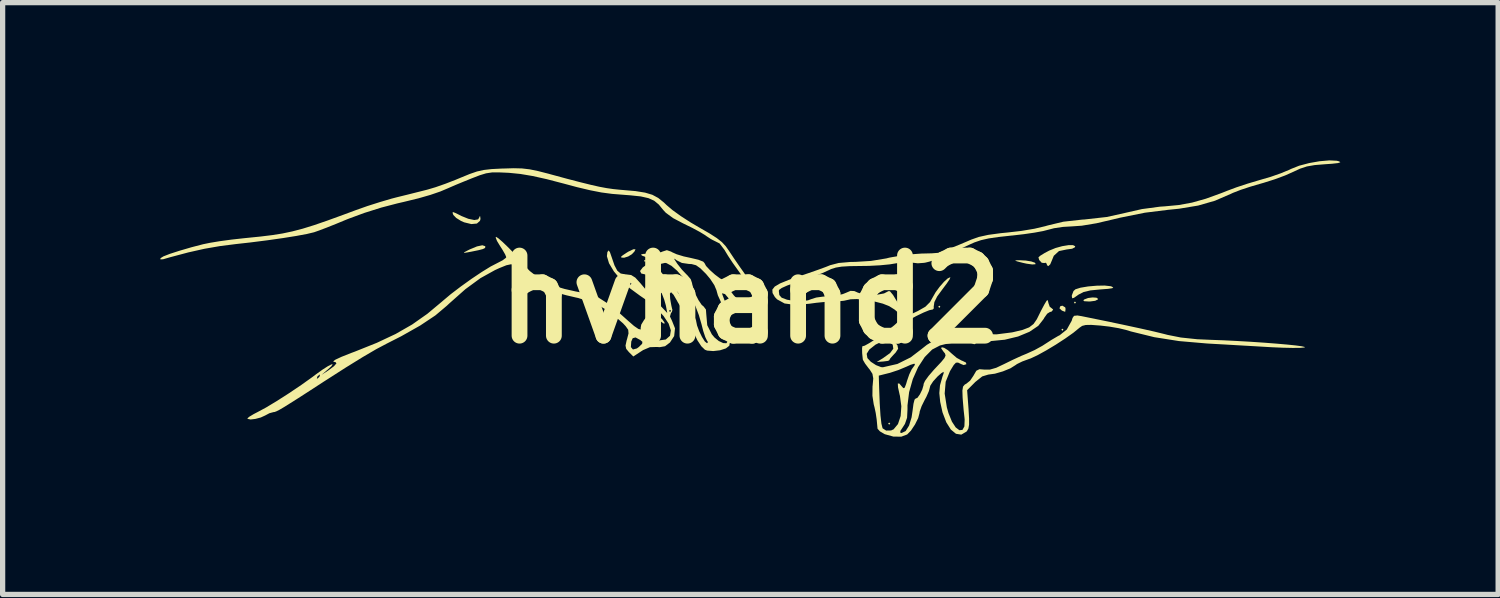
<source format=kicad_pcb>
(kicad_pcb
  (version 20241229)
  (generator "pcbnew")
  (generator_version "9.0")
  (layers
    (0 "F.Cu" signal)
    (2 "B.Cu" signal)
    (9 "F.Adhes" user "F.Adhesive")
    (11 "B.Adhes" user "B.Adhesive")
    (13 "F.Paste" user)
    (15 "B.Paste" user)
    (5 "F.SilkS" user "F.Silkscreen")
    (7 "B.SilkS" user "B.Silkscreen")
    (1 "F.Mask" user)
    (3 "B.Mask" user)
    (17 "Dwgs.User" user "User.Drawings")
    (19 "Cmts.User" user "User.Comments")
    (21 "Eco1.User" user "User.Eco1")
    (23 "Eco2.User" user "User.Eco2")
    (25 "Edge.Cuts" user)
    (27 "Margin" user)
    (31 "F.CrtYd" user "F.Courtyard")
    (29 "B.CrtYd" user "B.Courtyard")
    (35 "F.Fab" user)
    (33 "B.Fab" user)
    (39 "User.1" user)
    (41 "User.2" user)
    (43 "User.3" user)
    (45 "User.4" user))
  (footprint "hvhand2"
    (layer "F.Cu")
    (at 11.22 2.644)
    (property "Reference" "hvhand2" (at 0 0 0) (layer "F.SilkS") (effects (font (size 1.524 1.524) (thickness 0.3))))
    (attr board_only exclude_from_pos_files exclude_from_bom)
    (fp_poly (pts (xy -1.984 -0.734) (xy -2.004 -0.714) (xy -2.024 -0.734) (xy -2.004 -0.754)) (stroke (width 0) (type solid)) (fill yes) (layer "F.SilkS"))
    (fp_poly (pts (xy 2.659 2.361) (xy 2.639 2.381) (xy 2.619 2.361) (xy 2.639 2.342)) (stroke (width 0) (type solid)) (fill yes) (layer "F.SilkS"))
    (fp_poly (pts (xy 3.612 0.139) (xy 3.592 0.159) (xy 3.572 0.139) (xy 3.592 0.119)) (stroke (width 0) (type solid)) (fill yes) (layer "F.SilkS"))
    (fp_poly (pts (xy 5.953 0.575) (xy 5.933 0.595) (xy 5.913 0.575) (xy 5.933 0.556)) (stroke (width 0) (type solid)) (fill yes) (layer "F.SilkS"))
    (fp_poly (pts (xy 6.191 0.06) (xy 6.171 0.079) (xy 6.152 0.06) (xy 6.171 0.04)) (stroke (width 0) (type solid)) (fill yes) (layer "F.SilkS"))
    (fp_poly (pts (xy 5.986 0.151) (xy 5.993 0.179) (xy 5.987 0.23) (xy 5.983 0.235) (xy 5.943 0.22) (xy 5.923 0.212) (xy 5.877 0.17) (xy 5.893 0.129) (xy 5.933 0.119)) (stroke (width 0) (type solid)) (fill yes) (layer "F.SilkS"))
    (fp_poly (pts (xy -2.185 -0.954) (xy -2.206 -0.91) (xy -2.255 -0.859) (xy -2.324 -0.817) (xy -2.401 -0.793) (xy -2.453 -0.796) (xy -2.461 -0.81) (xy -2.43 -0.838) (xy -2.353 -0.889) (xy -2.322 -0.908) (xy -2.226 -0.954)) (stroke (width 0) (type solid)) (fill yes) (layer "F.SilkS"))
    (fp_poly (pts (xy 6.58 -0.033) (xy 6.611 -0.011) (xy 6.608 0) (xy 6.556 0.026) (xy 6.458 0.039) (xy 6.437 0.039) (xy 6.348 0.034) (xy 6.33 0.016) (xy 6.35 0) (xy 6.421 -0.027) (xy 6.507 -0.038)) (stroke (width 0) (type solid)) (fill yes) (layer "F.SilkS"))
    (fp_poly (pts (xy 5.238 -0.739) (xy 5.342 -0.722) (xy 5.41 -0.698) (xy 5.424 -0.674) (xy 5.417 -0.669) (xy 5.359 -0.665) (xy 5.252 -0.68) (xy 5.179 -0.696) (xy 5.07 -0.724) (xy 5.032 -0.739) (xy 5.062 -0.744) (xy 5.12 -0.745)) (stroke (width 0) (type solid)) (fill yes) (layer "F.SilkS"))
    (fp_poly (pts (xy -5.045 -1.013) (xy -5.04 -0.997) (xy -5.049 -0.977) (xy -5.087 -0.958) (xy -5.167 -0.937) (xy -5.304 -0.909) (xy -5.378 -0.895) (xy -5.442 -0.885) (xy -5.445 -0.895) (xy -5.382 -0.929) (xy -5.338 -0.951) (xy -5.2 -1.008) (xy -5.098 -1.03)) (stroke (width 0) (type solid)) (fill yes) (layer "F.SilkS"))
    (fp_poly (pts (xy -5.603 -1.641) (xy -5.497 -1.588) (xy -5.497 -1.587) (xy -5.363 -1.533) (xy -5.251 -1.51) (xy -5.178 -1.522) (xy -5.159 -1.554) (xy -5.146 -1.584) (xy -5.139 -1.58) (xy -5.133 -1.53) (xy -5.143 -1.494) (xy -5.201 -1.443) (xy -5.307 -1.433) (xy -5.443 -1.466) (xy -5.504 -1.493) (xy -5.595 -1.55) (xy -5.649 -1.606) (xy -5.651 -1.611) (xy -5.665 -1.65) (xy -5.654 -1.661)) (stroke (width 0) (type solid)) (fill yes) (layer "F.SilkS"))
    (fp_poly (pts (xy 6.846 -0.252) (xy 6.865 -0.247) (xy 6.9 -0.228) (xy 6.881 -0.213) (xy 6.799 -0.201) (xy 6.654 -0.19) (xy 6.467 -0.172) (xy 6.336 -0.141) (xy 6.24 -0.092) (xy 6.229 -0.084) (xy 6.152 -0.03) (xy 6.119 -0.022) (xy 6.112 -0.06) (xy 6.112 -0.077) (xy 6.144 -0.16) (xy 6.181 -0.193) (xy 6.277 -0.223) (xy 6.421 -0.247) (xy 6.584 -0.261) (xy 6.735 -0.264)) (stroke (width 0) (type solid)) (fill yes) (layer "F.SilkS"))
    (fp_poly (pts (xy 6.176 -1.012) (xy 6.171 -0.992) (xy 6.118 -0.964) (xy 6.024 -0.951) (xy 6.02 -0.951) (xy 5.868 -0.92) (xy 5.769 -0.83) (xy 5.733 -0.742) (xy 5.701 -0.667) (xy 5.664 -0.633) (xy 5.638 -0.653) (xy 5.636 -0.677) (xy 5.611 -0.699) (xy 5.591 -0.692) (xy 5.54 -0.697) (xy 5.492 -0.749) (xy 5.477 -0.8) (xy 5.51 -0.83) (xy 5.594 -0.882) (xy 5.683 -0.929) (xy 5.803 -0.978) (xy 5.93 -1.013) (xy 6.047 -1.032) (xy 6.135 -1.032)) (stroke (width 0) (type solid)) (fill yes) (layer "F.SilkS"))
    (fp_poly (pts (xy 11.152 -2.637) (xy 11.197 -2.625) (xy 11.218 -2.608) (xy 11.174 -2.593) (xy 11.059 -2.58) (xy 10.928 -2.571) (xy 10.731 -2.555) (xy 10.582 -2.529) (xy 10.451 -2.486) (xy 10.322 -2.426) (xy 10.169 -2.358) (xy 9.972 -2.285) (xy 9.767 -2.22) (xy 9.694 -2.199) (xy 9.506 -2.144) (xy 9.324 -2.084) (xy 9.177 -2.027) (xy 9.13 -2.005) (xy 8.834 -1.877) (xy 8.514 -1.785) (xy 8.151 -1.725) (xy 7.944 -1.704) (xy 7.5 -1.649) (xy 7.034 -1.555) (xy 6.917 -1.527) (xy 6.579 -1.448) (xy 6.301 -1.402) (xy 6.112 -1.389) (xy 5.942 -1.379) (xy 5.774 -1.354) (xy 5.67 -1.327) (xy 5.565 -1.3) (xy 5.401 -1.27) (xy 5.201 -1.241) (xy 4.986 -1.216) (xy 4.961 -1.214) (xy 4.716 -1.187) (xy 4.53 -1.16) (xy 4.385 -1.127) (xy 4.259 -1.084) (xy 4.187 -1.052) (xy 3.934 -0.936) (xy 3.741 -0.849) (xy 3.596 -0.787) (xy 3.486 -0.745) (xy 3.4 -0.718) (xy 3.327 -0.7) (xy 3.303 -0.696) (xy 3.184 -0.687) (xy 3.09 -0.698) (xy 3.074 -0.705) (xy 2.985 -0.719) (xy 2.835 -0.7) (xy 2.784 -0.689) (xy 2.65 -0.667) (xy 2.464 -0.649) (xy 2.254 -0.638) (xy 2.102 -0.636) (xy 1.889 -0.633) (xy 1.736 -0.624) (xy 1.625 -0.606) (xy 1.536 -0.578) (xy 1.487 -0.555) (xy 1.359 -0.497) (xy 1.198 -0.435) (xy 1.091 -0.399) (xy 0.86 -0.323) (xy 0.698 -0.264) (xy 0.596 -0.218) (xy 0.547 -0.183) (xy 0.54 -0.162) (xy 0.549 -0.089) (xy 0.55 -0.083) (xy 0.594 -0.033) (xy 0.695 0.005) (xy 0.827 0.028) (xy 0.969 0.033) (xy 1.096 0.017) (xy 1.163 -0.008) (xy 1.252 -0.036) (xy 1.384 -0.054) (xy 1.468 -0.058) (xy 1.618 -0.071) (xy 1.755 -0.101) (xy 1.81 -0.123) (xy 1.904 -0.163) (xy 1.977 -0.159) (xy 2.044 -0.129) (xy 2.146 -0.098) (xy 2.281 -0.087) (xy 2.421 -0.092) (xy 2.541 -0.114) (xy 2.613 -0.151) (xy 2.618 -0.157) (xy 2.652 -0.157) (xy 2.712 -0.085) (xy 2.797 0.055) (xy 2.869 0.18) (xy 2.927 0.273) (xy 2.96 0.316) (xy 2.963 0.318) (xy 3.006 0.302) (xy 3.098 0.261) (xy 3.187 0.219) (xy 3.327 0.139) (xy 3.416 0.05) (xy 3.467 -0.041) (xy 3.522 -0.137) (xy 3.598 -0.24) (xy 3.68 -0.334) (xy 3.752 -0.4) (xy 3.797 -0.421) (xy 3.802 -0.418) (xy 3.787 -0.382) (xy 3.733 -0.302) (xy 3.655 -0.198) (xy 3.551 -0.056) (xy 3.498 0.051) (xy 3.485 0.141) (xy 3.488 0.169) (xy 3.466 0.193) (xy 3.463 0.192) (xy 3.401 0.205) (xy 3.291 0.25) (xy 3.154 0.316) (xy 3.01 0.394) (xy 2.878 0.472) (xy 2.779 0.54) (xy 2.753 0.562) (xy 2.629 0.681) (xy 2.723 0.783) (xy 2.796 0.872) (xy 2.809 0.938) (xy 2.762 1.01) (xy 2.723 1.051) (xy 2.662 1.118) (xy 2.639 1.157) (xy 2.64 1.158) (xy 2.614 1.169) (xy 2.536 1.179) (xy 2.528 1.18) (xy 2.403 1.189) (xy 2.521 1.117) (xy 2.656 1.02) (xy 2.717 0.937) (xy 2.707 0.865) (xy 2.699 0.853) (xy 2.608 0.801) (xy 2.487 0.808) (xy 2.38 0.859) (xy 2.261 0.953) (xy 2.211 1.034) (xy 2.224 1.113) (xy 2.225 1.116) (xy 2.289 1.185) (xy 2.387 1.249) (xy 2.484 1.287) (xy 2.52 1.29) (xy 2.795 1.227) (xy 3.047 1.102) (xy 3.25 0.947) (xy 3.356 0.863) (xy 3.448 0.808) (xy 3.492 0.794) (xy 3.564 0.781) (xy 3.682 0.749) (xy 3.792 0.714) (xy 3.932 0.672) (xy 4.062 0.652) (xy 4.214 0.65) (xy 4.364 0.658) (xy 4.682 0.664) (xy 4.973 0.627) (xy 4.993 0.623) (xy 5.177 0.579) (xy 5.301 0.531) (xy 5.384 0.467) (xy 5.446 0.377) (xy 5.466 0.337) (xy 5.528 0.212) (xy 5.588 0.099) (xy 5.633 0.024) (xy 5.654 0.013) (xy 5.666 0.063) (xy 5.667 0.069) (xy 5.692 0.139) (xy 5.718 0.159) (xy 5.754 0.189) (xy 5.755 0.198) (xy 5.723 0.234) (xy 5.697 0.238) (xy 5.644 0.271) (xy 5.586 0.352) (xy 5.576 0.372) (xy 5.474 0.502) (xy 5.307 0.615) (xy 5.09 0.705) (xy 4.837 0.766) (xy 4.561 0.793) (xy 4.503 0.794) (xy 4.38 0.801) (xy 4.303 0.819) (xy 4.286 0.835) (xy 4.258 0.853) (xy 4.201 0.83) (xy 4.09 0.805) (xy 3.92 0.812) (xy 3.706 0.85) (xy 3.606 0.875) (xy 3.456 0.953) (xy 3.315 1.095) (xy 3.189 1.288) (xy 3.088 1.515) (xy 3.018 1.762) (xy 2.987 2.014) (xy 2.987 2.093) (xy 2.979 2.25) (xy 2.939 2.366) (xy 2.904 2.421) (xy 2.852 2.5) (xy 2.85 2.535) (xy 2.875 2.54) (xy 2.952 2.503) (xy 3.017 2.399) (xy 3.065 2.242) (xy 3.085 2.106) (xy 3.101 1.984) (xy 3.121 1.906) (xy 3.139 1.887) (xy 3.176 1.871) (xy 3.223 1.805) (xy 3.267 1.715) (xy 3.292 1.63) (xy 3.294 1.606) (xy 3.32 1.549) (xy 3.389 1.454) (xy 3.488 1.339) (xy 3.518 1.307) (xy 3.628 1.19) (xy 3.69 1.115) (xy 3.711 1.066) (xy 3.7 1.028) (xy 3.671 0.992) (xy 3.628 0.931) (xy 3.638 0.909) (xy 3.686 0.921) (xy 3.757 0.966) (xy 3.827 1.029) (xy 3.923 1.111) (xy 4.019 1.164) (xy 4.034 1.169) (xy 4.098 1.2) (xy 4.107 1.232) (xy 4.055 1.248) (xy 4.009 1.23) (xy 3.949 1.201) (xy 3.908 1.203) (xy 3.867 1.246) (xy 3.807 1.344) (xy 3.794 1.366) (xy 3.713 1.566) (xy 3.694 1.79) (xy 3.735 2.051) (xy 3.766 2.161) (xy 3.832 2.324) (xy 3.904 2.434) (xy 3.974 2.487) (xy 4.032 2.481) (xy 4.069 2.415) (xy 4.074 2.284) (xy 4.07 2.242) (xy 4.055 2.107) (xy 4.041 1.942) (xy 4.035 1.862) (xy 4.031 1.732) (xy 4.043 1.658) (xy 4.077 1.618) (xy 4.104 1.604) (xy 4.178 1.544) (xy 4.243 1.448) (xy 4.247 1.44) (xy 4.296 1.356) (xy 4.355 1.327) (xy 4.445 1.334) (xy 4.552 1.335) (xy 4.674 1.3) (xy 4.822 1.23) (xy 4.983 1.151) (xy 5.15 1.074) (xy 5.254 1.031) (xy 5.404 0.963) (xy 5.553 0.881) (xy 5.599 0.851) (xy 5.726 0.769) (xy 5.852 0.695) (xy 5.881 0.681) (xy 6.016 0.573) (xy 6.109 0.406) (xy 6.126 0.352) (xy 6.154 0.312) (xy 6.218 0.305) (xy 6.297 0.318) (xy 6.71 0.402) (xy 7.083 0.48) (xy 7.407 0.55) (xy 7.674 0.61) (xy 7.875 0.659) (xy 7.932 0.674) (xy 8.184 0.724) (xy 8.497 0.757) (xy 8.746 0.768) (xy 8.992 0.777) (xy 9.25 0.79) (xy 9.511 0.805) (xy 9.763 0.822) (xy 9.997 0.84) (xy 10.203 0.858) (xy 10.369 0.875) (xy 10.486 0.891) (xy 10.544 0.905) (xy 10.536 0.914) (xy 10.453 0.921) (xy 10.309 0.922) (xy 10.123 0.918) (xy 9.914 0.909) (xy 9.861 0.906) (xy 9.608 0.891) (xy 9.31 0.874) (xy 9.002 0.856) (xy 8.717 0.84) (xy 8.672 0.837) (xy 8.151 0.792) (xy 7.681 0.718) (xy 7.237 0.609) (xy 7.138 0.579) (xy 7.004 0.547) (xy 6.828 0.517) (xy 6.648 0.496) (xy 6.642 0.496) (xy 6.48 0.484) (xy 6.376 0.486) (xy 6.309 0.503) (xy 6.258 0.538) (xy 6.251 0.544) (xy 6.141 0.634) (xy 5.987 0.743) (xy 5.809 0.859) (xy 5.626 0.969) (xy 5.459 1.061) (xy 5.329 1.122) (xy 5.294 1.134) (xy 5.169 1.18) (xy 5.069 1.229) (xy 5.041 1.249) (xy 4.944 1.31) (xy 4.802 1.368) (xy 4.65 1.412) (xy 4.524 1.429) (xy 4.408 1.464) (xy 4.273 1.572) (xy 4.268 1.578) (xy 4.121 1.726) (xy 4.148 2.087) (xy 4.158 2.265) (xy 4.158 2.382) (xy 4.145 2.455) (xy 4.118 2.503) (xy 4.108 2.514) (xy 4.01 2.571) (xy 3.909 2.555) (xy 3.812 2.475) (xy 3.725 2.337) (xy 3.653 2.148) (xy 3.609 1.949) (xy 3.592 1.781) (xy 3.605 1.633) (xy 3.652 1.467) (xy 3.673 1.409) (xy 3.675 1.376) (xy 3.633 1.4) (xy 3.558 1.466) (xy 3.474 1.559) (xy 3.421 1.64) (xy 3.413 1.671) (xy 3.394 1.743) (xy 3.346 1.852) (xy 3.314 1.911) (xy 3.256 2.028) (xy 3.22 2.129) (xy 3.215 2.163) (xy 3.19 2.257) (xy 3.13 2.378) (xy 3.053 2.494) (xy 2.981 2.568) (xy 2.869 2.61) (xy 2.718 2.608) (xy 2.556 2.563) (xy 2.55 2.56) (xy 2.463 2.509) (xy 2.418 2.459) (xy 2.417 2.453) (xy 2.401 2.284) (xy 2.383 2.161) (xy 2.36 2.052) (xy 2.345 1.995) (xy 2.32 1.832) (xy 2.322 1.654) (xy 2.325 1.629) (xy 2.336 1.502) (xy 2.326 1.449) (xy 2.441 1.449) (xy 2.448 1.687) (xy 2.459 1.977) (xy 2.473 2.204) (xy 2.491 2.362) (xy 2.512 2.446) (xy 2.515 2.452) (xy 2.581 2.494) (xy 2.674 2.492) (xy 2.723 2.47) (xy 2.806 2.37) (xy 2.857 2.217) (xy 2.87 2.031) (xy 2.843 1.831) (xy 2.839 1.818) (xy 2.807 1.673) (xy 2.803 1.6) (xy 2.83 1.598) (xy 2.874 1.649) (xy 2.909 1.688) (xy 2.934 1.678) (xy 2.961 1.607) (xy 2.979 1.546) (xy 3.021 1.425) (xy 3.067 1.329) (xy 3.083 1.307) (xy 3.129 1.242) (xy 3.117 1.221) (xy 3.044 1.244) (xy 2.967 1.279) (xy 2.816 1.342) (xy 2.653 1.396) (xy 2.62 1.404) (xy 2.441 1.449) (xy 2.326 1.449) (xy 2.321 1.416) (xy 2.27 1.336) (xy 2.247 1.308) (xy 2.18 1.219) (xy 2.14 1.15) (xy 2.137 1.138) (xy 2.125 1.024) (xy 2.123 0.933) (xy 2.129 0.89) (xy 2.133 0.89) (xy 2.174 0.879) (xy 2.26 0.831) (xy 2.376 0.757) (xy 2.505 0.668) (xy 2.631 0.575) (xy 2.737 0.49) (xy 2.768 0.462) (xy 2.845 0.386) (xy 2.87 0.338) (xy 2.851 0.294) (xy 2.827 0.266) (xy 2.742 0.193) (xy 2.639 0.128) (xy 2.518 0.08) (xy 2.358 0.039) (xy 2.185 0.009) (xy 2.026 -0.007) (xy 1.906 -0.003) (xy 1.874 0.004) (xy 1.778 0.025) (xy 1.645 0.038) (xy 1.583 0.04) (xy 1.433 0.046) (xy 1.252 0.064) (xy 1.119 0.082) (xy 0.854 0.104) (xy 0.65 0.077) (xy 0.506 -0.002) (xy 0.465 -0.046) (xy 0.421 -0.122) (xy 0.417 -0.187) (xy 0.463 -0.245) (xy 0.565 -0.305) (xy 0.73 -0.372) (xy 0.917 -0.437) (xy 1.11 -0.502) (xy 1.29 -0.565) (xy 1.435 -0.618) (xy 1.517 -0.651) (xy 1.678 -0.693) (xy 1.907 -0.713) (xy 1.997 -0.714) (xy 2.291 -0.732) (xy 2.584 -0.78) (xy 2.639 -0.794) (xy 2.943 -0.85) (xy 3.264 -0.873) (xy 3.292 -0.873) (xy 3.452 -0.877) (xy 3.582 -0.887) (xy 3.661 -0.9) (xy 3.673 -0.906) (xy 3.733 -0.942) (xy 3.832 -0.985) (xy 3.85 -0.992) (xy 3.968 -1.039) (xy 4.115 -1.101) (xy 4.198 -1.137) (xy 4.342 -1.188) (xy 4.524 -1.228) (xy 4.76 -1.26) (xy 4.892 -1.273) (xy 5.153 -1.303) (xy 5.399 -1.344) (xy 5.603 -1.392) (xy 5.655 -1.407) (xy 5.951 -1.478) (xy 6.31 -1.518) (xy 6.35 -1.52) (xy 6.778 -1.568) (xy 7.124 -1.645) (xy 7.445 -1.718) (xy 7.788 -1.764) (xy 7.878 -1.77) (xy 8.145 -1.795) (xy 8.397 -1.841) (xy 8.66 -1.915) (xy 8.958 -2.023) (xy 9.069 -2.067) (xy 9.243 -2.132) (xy 9.455 -2.202) (xy 9.663 -2.264) (xy 9.704 -2.276) (xy 9.896 -2.332) (xy 10.087 -2.399) (xy 10.245 -2.464) (xy 10.279 -2.481) (xy 10.435 -2.543) (xy 10.625 -2.593) (xy 10.824 -2.628) (xy 11.008 -2.644)) (stroke (width 0) (type solid)) (fill yes) (layer "F.SilkS"))
    (fp_poly (pts (xy -4.343 -2.491) (xy -4.198 -2.474) (xy -4.038 -2.441) (xy -3.834 -2.389) (xy -3.81 -2.382) (xy -3.493 -2.296) (xy -3.24 -2.23) (xy -3.038 -2.18) (xy -2.875 -2.143) (xy -2.736 -2.117) (xy -2.611 -2.099) (xy -2.486 -2.086) (xy -2.425 -2.081) (xy -2.184 -2.06) (xy -2.003 -2.031) (xy -1.865 -1.99) (xy -1.752 -1.929) (xy -1.644 -1.842) (xy -1.594 -1.794) (xy -1.482 -1.699) (xy -1.321 -1.583) (xy -1.135 -1.463) (xy -0.97 -1.366) (xy -0.777 -1.255) (xy -0.64 -1.167) (xy -0.542 -1.09) (xy -0.469 -1.011) (xy -0.411 -0.929) (xy -0.316 -0.786) (xy -0.204 -0.623) (xy -0.128 -0.516) (xy -0.012 -0.344) (xy 0.089 -0.173) (xy 0.167 -0.018) (xy 0.214 0.104) (xy 0.223 0.18) (xy 0.222 0.183) (xy 0.169 0.222) (xy 0.067 0.237) (xy -0.057 0.226) (xy -0.176 0.189) (xy -0.194 0.181) (xy -0.288 0.112) (xy -0.388 0.012) (xy -0.414 -0.02) (xy -0.494 -0.115) (xy -0.535 -0.142) (xy -0.536 -0.1) (xy -0.495 0.01) (xy -0.489 0.024) (xy -0.452 0.14) (xy -0.421 0.298) (xy -0.398 0.474) (xy -0.385 0.644) (xy -0.385 0.785) (xy -0.4 0.875) (xy -0.402 0.881) (xy -0.466 0.931) (xy -0.577 0.967) (xy -0.706 0.982) (xy -0.822 0.973) (xy -0.865 0.957) (xy -0.933 0.891) (xy -1.007 0.779) (xy -1.07 0.649) (xy -1.107 0.532) (xy -1.111 0.493) (xy -1.136 0.415) (xy -1.198 0.318) (xy -1.214 0.298) (xy -1.304 0.178) (xy -1.386 0.045) (xy -1.392 0.032) (xy -1.462 -0.089) (xy -1.509 -0.137) (xy -1.531 -0.112) (xy -1.526 -0.014) (xy -1.523 0.007) (xy -1.504 0.115) (xy -1.488 0.184) (xy -1.483 0.195) (xy -1.492 0.234) (xy -1.512 0.263) (xy -1.53 0.325) (xy -1.492 0.404) (xy -1.434 0.549) (xy -1.45 0.697) (xy -1.53 0.819) (xy -1.623 0.89) (xy -1.725 0.908) (xy -1.778 0.904) (xy -1.911 0.908) (xy -2.04 0.963) (xy -2.076 0.986) (xy -2.227 1.085) (xy -2.311 1.001) (xy -2.362 0.94) (xy -2.369 0.906) (xy -2.273 0.906) (xy -2.234 0.952) (xy -2.159 0.932) (xy -2.121 0.904) (xy -2.059 0.843) (xy -2.054 0.806) (xy -2.094 0.772) (xy -2.184 0.723) (xy -2.238 0.737) (xy -2.266 0.801) (xy -2.273 0.906) (xy -2.369 0.906) (xy -2.375 0.879) (xy -2.355 0.784) (xy -2.345 0.751) (xy -2.318 0.646) (xy -2.324 0.577) (xy -2.372 0.509) (xy -2.422 0.455) (xy -2.678 0.232) (xy -2.954 0.075) (xy -3.274 -0.027) (xy -3.324 -0.038) (xy -3.5 -0.079) (xy -3.664 -0.124) (xy -3.786 -0.167) (xy -3.813 -0.18) (xy -3.939 -0.251) (xy -4.085 -0.343) (xy -4.23 -0.442) (xy -4.353 -0.532) (xy -4.432 -0.6) (xy -4.442 -0.611) (xy -4.491 -0.655) (xy -4.551 -0.669) (xy -4.64 -0.65) (xy -4.774 -0.596) (xy -4.857 -0.558) (xy -5.133 -0.405) (xy -5.42 -0.195) (xy -5.729 0.079) (xy -5.775 0.122) (xy -5.991 0.304) (xy -6.279 0.496) (xy -6.64 0.7) (xy -6.915 0.84) (xy -7.114 0.945) (xy -7.372 1.096) (xy -7.691 1.293) (xy -8.072 1.537) (xy -8.116 1.565) (xy -8.385 1.74) (xy -8.596 1.876) (xy -8.756 1.977) (xy -8.873 2.05) (xy -8.955 2.098) (xy -9.01 2.126) (xy -9.046 2.14) (xy -9.07 2.143) (xy -9.147 2.164) (xy -9.228 2.207) (xy -9.311 2.245) (xy -9.413 2.272) (xy -9.504 2.283) (xy -9.559 2.272) (xy -9.565 2.262) (xy -9.532 2.232) (xy -9.449 2.182) (xy -9.376 2.144) (xy -9.212 2.056) (xy -9.005 1.931) (xy -8.775 1.784) (xy -8.542 1.627) (xy -8.372 1.506) (xy -8.245 1.506) (xy -8.24 1.508) (xy -8.204 1.48) (xy -8.195 1.468) (xy -8.185 1.431) (xy -8.191 1.429) (xy -8.227 1.457) (xy -8.235 1.468) (xy -8.245 1.506) (xy -8.372 1.506) (xy -8.326 1.473) (xy -8.265 1.427) (xy -8.136 1.334) (xy -8.034 1.269) (xy -7.967 1.235) (xy -7.943 1.234) (xy -7.97 1.272) (xy -8.037 1.333) (xy -8.156 1.435) (xy -8.028 1.351) (xy -7.919 1.27) (xy -7.872 1.216) (xy -7.891 1.191) (xy -7.903 1.191) (xy -7.936 1.179) (xy -7.893 1.146) (xy -7.775 1.091) (xy -7.583 1.015) (xy -7.521 0.992) (xy -7.104 0.825) (xy -6.747 0.657) (xy -6.433 0.477) (xy -6.143 0.273) (xy -5.858 0.035) (xy -5.854 0.031) (xy -5.698 -0.1) (xy -5.509 -0.244) (xy -5.307 -0.389) (xy -5.11 -0.521) (xy -4.938 -0.627) (xy -4.812 -0.692) (xy -4.712 -0.744) (xy -4.652 -0.789) (xy -4.643 -0.804) (xy -4.664 -0.856) (xy -4.717 -0.948) (xy -4.761 -1.016) (xy -4.819 -1.112) (xy -4.844 -1.176) (xy -4.838 -1.191) (xy -4.794 -1.163) (xy -4.712 -1.092) (xy -4.607 -0.991) (xy -4.493 -0.875) (xy -4.385 -0.759) (xy -4.298 -0.658) (xy -4.259 -0.605) (xy -4.194 -0.539) (xy -4.084 -0.454) (xy -3.966 -0.375) (xy -3.839 -0.306) (xy -3.701 -0.249) (xy -3.536 -0.2) (xy -3.325 -0.152) (xy -3.052 -0.102) (xy -3.048 -0.102) (xy -2.914 -0.051) (xy -2.737 0.062) (xy -2.519 0.234) (xy -2.332 0.401) (xy -2.214 0.504) (xy -2.129 0.562) (xy -2.086 0.572) (xy -2.087 0.54) (xy -2.076 0.479) (xy -2.022 0.39) (xy -1.99 0.351) (xy -1.872 0.218) (xy -1.762 0.3) (xy -1.681 0.372) (xy -1.635 0.436) (xy -1.634 0.439) (xy -1.637 0.466) (xy -1.686 0.433) (xy -1.698 0.423) (xy -1.8 0.369) (xy -1.893 0.378) (xy -1.957 0.436) (xy -1.974 0.529) (xy -1.948 0.608) (xy -1.853 0.725) (xy -1.734 0.779) (xy -1.609 0.762) (xy -1.608 0.761) (xy -1.529 0.691) (xy -1.513 0.588) (xy -1.555 0.46) (xy -1.652 0.315) (xy -1.797 0.161) (xy -1.987 0.006) (xy -2.097 -0.069) (xy -2.292 -0.212) (xy -2.383 -0.298) (xy -2.302 -0.298) (xy -2.282 -0.278) (xy -2.262 -0.298) (xy -2.282 -0.318) (xy -2.302 -0.298) (xy -2.383 -0.298) (xy -2.462 -0.372) (xy -2.597 -0.534) (xy -2.689 -0.688) (xy -2.729 -0.822) (xy -2.72 -0.901) (xy -2.697 -0.932) (xy -2.672 -0.9) (xy -2.642 -0.814) (xy -2.585 -0.648) (xy -2.531 -0.546) (xy -2.467 -0.493) (xy -2.382 -0.477) (xy -2.362 -0.476) (xy -2.268 -0.464) (xy -2.189 -0.415) (xy -2.097 -0.314) (xy -2.096 -0.313) (xy -1.996 -0.194) (xy -1.872 -0.053) (xy -1.773 0.054) (xy -1.581 0.258) (xy -1.589 0.218) (xy -1.548 0.218) (xy -1.528 0.238) (xy -1.508 0.218) (xy -1.528 0.198) (xy -1.548 0.218) (xy -1.589 0.218) (xy -1.607 0.119) (xy -1.639 0.005) (xy -1.695 -0.14) (xy -1.739 -0.238) (xy -1.805 -0.362) (xy -1.86 -0.43) (xy -1.923 -0.461) (xy -1.974 -0.469) (xy -2.075 -0.493) (xy -2.099 -0.54) (xy -2.046 -0.61) (xy -2.041 -0.613) (xy -1.737 -0.613) (xy -1.696 -0.517) (xy -1.589 -0.388) (xy -1.57 -0.369) (xy -1.459 -0.243) (xy -1.362 -0.109) (xy -1.314 -0.024) (xy -1.243 0.103) (xy -1.157 0.215) (xy -1.136 0.235) (xy -1.066 0.322) (xy -1.032 0.404) (xy -1.032 0.411) (xy -1.015 0.495) (xy -0.974 0.605) (xy -0.921 0.714) (xy -0.867 0.799) (xy -0.825 0.833) (xy -0.825 0.833) (xy -0.807 0.812) (xy -0.827 0.781) (xy -0.858 0.717) (xy -0.897 0.601) (xy -0.931 0.468) (xy -0.98 0.299) (xy -1.043 0.133) (xy -1.091 0.034) (xy -1.149 -0.085) (xy -1.185 -0.19) (xy -1.19 -0.226) (xy -1.219 -0.318) (xy -1.293 -0.431) (xy -1.393 -0.545) (xy -1.5 -0.638) (xy -1.595 -0.69) (xy -1.623 -0.695) (xy -1.713 -0.674) (xy -1.737 -0.613) (xy -2.041 -0.613) (xy -1.918 -0.701) (xy -1.905 -0.709) (xy -1.793 -0.777) (xy -1.446 -0.777) (xy -1.444 -0.76) (xy -1.397 -0.688) (xy -1.388 -0.675) (xy -1.303 -0.567) (xy -1.217 -0.477) (xy -1.202 -0.463) (xy -1.135 -0.385) (xy -1.111 -0.314) (xy -1.093 -0.222) (xy -1.047 -0.103) (xy -0.987 0.014) (xy -0.927 0.103) (xy -0.889 0.135) (xy -0.846 0.192) (xy -0.839 0.287) (xy -0.821 0.49) (xy -0.735 0.662) (xy -0.683 0.724) (xy -0.601 0.791) (xy -0.518 0.83) (xy -0.456 0.833) (xy -0.437 0.804) (xy -0.445 0.676) (xy -0.464 0.517) (xy -0.491 0.349) (xy -0.521 0.195) (xy -0.55 0.079) (xy -0.569 0.031) (xy -0.619 -0.078) (xy -0.647 -0.179) (xy -0.664 -0.218) (xy -0.595 -0.218) (xy -0.575 -0.198) (xy -0.556 -0.218) (xy -0.575 -0.238) (xy -0.595 -0.218) (xy -0.664 -0.218) (xy -0.686 -0.271) (xy -0.764 -0.389) (xy -0.845 -0.486) (xy -0.952 -0.592) (xy -1.034 -0.65) (xy -1.117 -0.672) (xy -1.172 -0.675) (xy -1.303 -0.694) (xy -1.403 -0.744) (xy -1.403 -0.744) (xy -1.446 -0.777) (xy -1.793 -0.777) (xy -1.766 -0.793) (xy -1.885 -0.794) (xy -1.992 -0.807) (xy -2.064 -0.834) (xy -2.079 -0.857) (xy -2.026 -0.867) (xy -1.944 -0.867) (xy -1.811 -0.874) (xy -1.699 -0.899) (xy -1.673 -0.91) (xy -1.589 -0.937) (xy -1.508 -0.909) (xy -1.49 -0.898) (xy -1.403 -0.859) (xy -1.268 -0.818) (xy -1.135 -0.789) (xy -0.99 -0.755) (xy -0.898 -0.719) (xy -0.873 -0.691) (xy -0.844 -0.637) (xy -0.77 -0.558) (xy -0.675 -0.473) (xy -0.579 -0.401) (xy -0.505 -0.36) (xy -0.489 -0.357) (xy -0.441 -0.333) (xy -0.437 -0.318) (xy -0.432 -0.258) (xy -0.408 -0.202) (xy -0.351 -0.123) (xy -0.314 -0.075) (xy -0.2 0.04) (xy -0.074 0.119) (xy 0.041 0.153) (xy 0.096 0.146) (xy 0.116 0.099) (xy 0.092 0.001) (xy 0.028 -0.139) (xy -0.071 -0.31) (xy -0.199 -0.503) (xy -0.237 -0.556) (xy -0.337 -0.696) (xy -0.425 -0.829) (xy -0.485 -0.928) (xy -0.49 -0.938) (xy -0.587 -1.065) (xy -0.711 -1.127) (xy -0.714 -1.128) (xy -0.756 -1.151) (xy -0.836 -1.204) (xy -0.861 -1.222) (xy -0.961 -1.283) (xy -1.104 -1.36) (xy -1.261 -1.437) (xy -1.278 -1.445) (xy -1.47 -1.546) (xy -1.609 -1.648) (xy -1.658 -1.701) (xy -1.742 -1.804) (xy -1.83 -1.877) (xy -1.939 -1.926) (xy -2.085 -1.959) (xy -2.285 -1.98) (xy -2.416 -1.99) (xy -2.63 -2.007) (xy -2.833 -2.034) (xy -3.048 -2.076) (xy -3.297 -2.135) (xy -3.547 -2.202) (xy -3.873 -2.287) (xy -4.143 -2.347) (xy -4.375 -2.386) (xy -4.585 -2.407) (xy -4.599 -2.408) (xy -4.782 -2.416) (xy -4.915 -2.415) (xy -5.027 -2.398) (xy -5.145 -2.362) (xy -5.298 -2.303) (xy -5.461 -2.237) (xy -5.609 -2.176) (xy -5.717 -2.129) (xy -5.735 -2.121) (xy -5.898 -2.052) (xy -6.085 -1.988) (xy -6.311 -1.923) (xy -6.594 -1.854) (xy -6.715 -1.826) (xy -7.018 -1.747) (xy -7.342 -1.645) (xy -7.64 -1.535) (xy -7.688 -1.516) (xy -7.879 -1.437) (xy -8.057 -1.366) (xy -8.202 -1.311) (xy -8.293 -1.279) (xy -8.295 -1.278) (xy -8.433 -1.245) (xy -8.637 -1.207) (xy -8.894 -1.166) (xy -9.19 -1.124) (xy -9.513 -1.083) (xy -9.783 -1.053) (xy -10.089 -1.014) (xy -10.383 -0.963) (xy -10.69 -0.894) (xy -11.036 -0.802) (xy -11.168 -0.764) (xy -11.22 -0.761) (xy -11.218 -0.784) (xy -11.164 -0.818) (xy -11.042 -0.866) (xy -10.859 -0.925) (xy -10.626 -0.993) (xy -10.407 -1.05) (xy -10.275 -1.077) (xy -10.087 -1.108) (xy -9.865 -1.138) (xy -9.631 -1.164) (xy -9.572 -1.17) (xy -9.315 -1.196) (xy -9.095 -1.223) (xy -8.898 -1.254) (xy -8.71 -1.294) (xy -8.515 -1.345) (xy -8.299 -1.412) (xy -8.049 -1.498) (xy -7.749 -1.607) (xy -7.501 -1.699) (xy -7.283 -1.776) (xy -7.044 -1.852) (xy -6.823 -1.917) (xy -6.727 -1.942) (xy -6.532 -1.99) (xy -6.333 -2.04) (xy -6.166 -2.082) (xy -6.132 -2.091) (xy -5.988 -2.134) (xy -5.802 -2.199) (xy -5.606 -2.275) (xy -5.517 -2.312) (xy -5.339 -2.385) (xy -5.2 -2.433) (xy -5.069 -2.462) (xy -4.919 -2.479) (xy -4.721 -2.489) (xy -4.703 -2.489) (xy -4.502 -2.495)) (stroke (width 0) (type solid)) (fill yes) (layer "F.SilkS")))
  (gr_rect
    (start -3 -3)
    (end 25.439 8.254)
    (stroke (width 0.1) (type default))
    (fill no)
    (layer "Edge.Cuts")))
</source>
